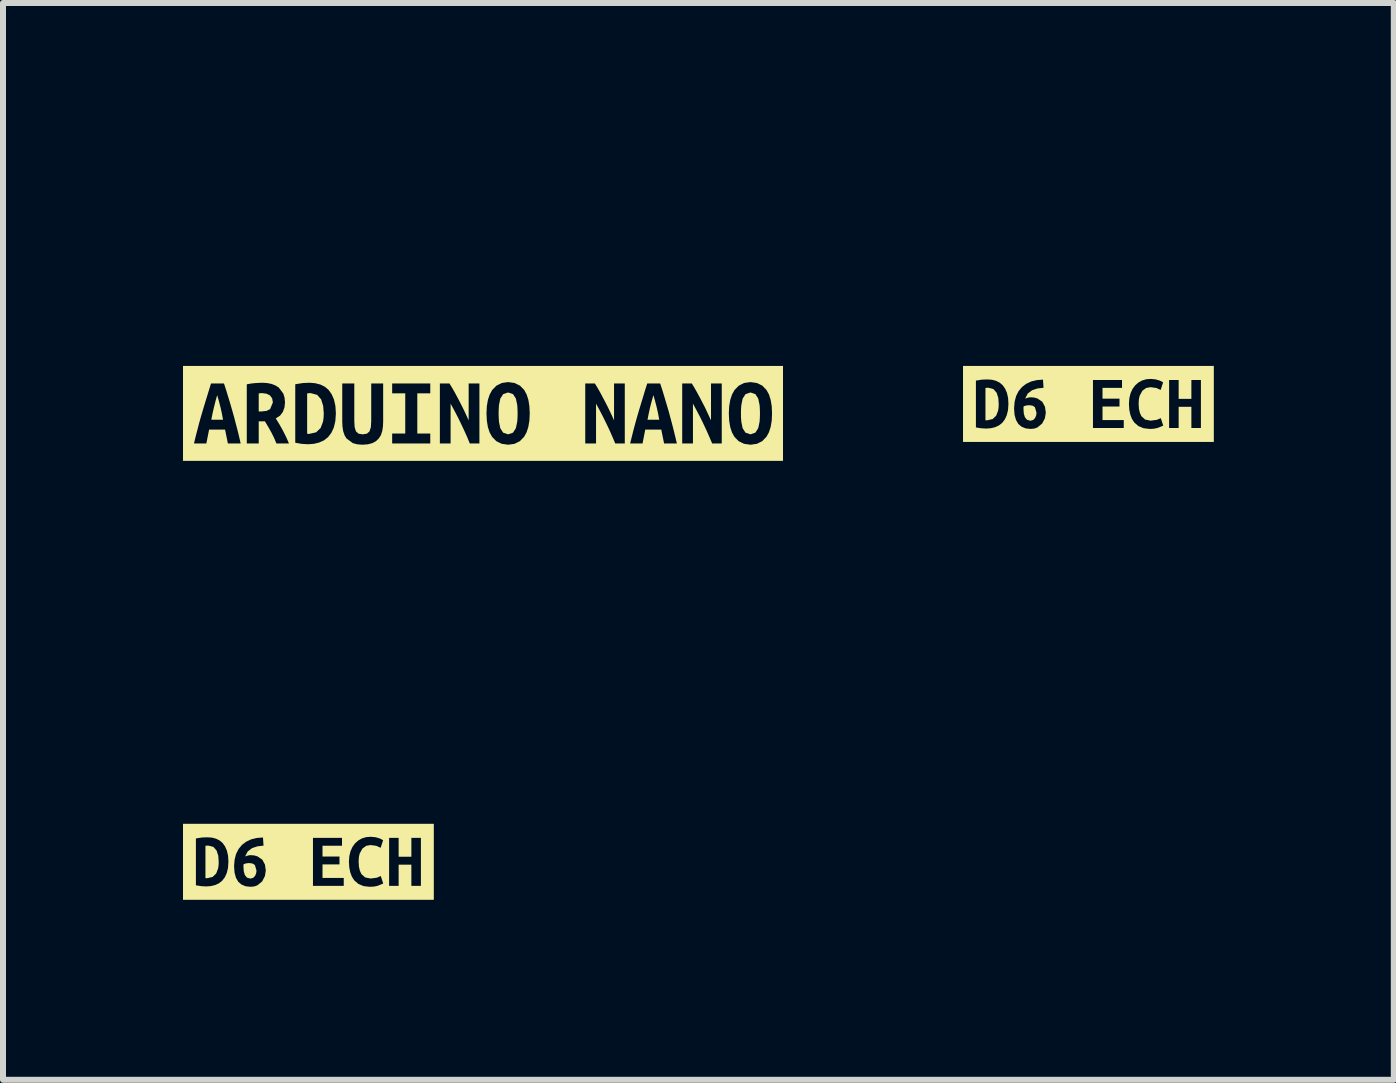
<source format=kicad_pcb>
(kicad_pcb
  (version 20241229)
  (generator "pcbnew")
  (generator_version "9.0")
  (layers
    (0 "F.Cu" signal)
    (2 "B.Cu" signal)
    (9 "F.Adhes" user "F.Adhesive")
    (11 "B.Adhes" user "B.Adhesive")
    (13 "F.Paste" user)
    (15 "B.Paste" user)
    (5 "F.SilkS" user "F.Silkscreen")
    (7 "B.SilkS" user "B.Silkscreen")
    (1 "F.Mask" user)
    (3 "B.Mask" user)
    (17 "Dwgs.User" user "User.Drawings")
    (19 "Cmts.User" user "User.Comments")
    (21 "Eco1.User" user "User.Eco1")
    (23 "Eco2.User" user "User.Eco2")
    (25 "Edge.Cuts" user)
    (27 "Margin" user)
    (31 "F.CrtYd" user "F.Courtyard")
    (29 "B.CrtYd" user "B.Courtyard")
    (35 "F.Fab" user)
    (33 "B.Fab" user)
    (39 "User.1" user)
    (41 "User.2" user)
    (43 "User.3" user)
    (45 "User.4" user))
  (footprint "kibuzzard-681CF111"
    (layer "F.Cu")
    (at 5 3.84)
    (property "Reference" "kibuzzard-681CF111" (at 0 -3.839 0) (layer "F.SilkS") (effects (font (size 0.001 0.001) (thickness 0.15))))
    (attr board_only exclude_from_pos_files exclude_from_bom)
    (fp_poly (pts (xy -4.43 -0.305) (xy -4.46 -0.198) (xy -4.485 -0.098) (xy -4.508 0.002) (xy -4.528 0.105) (xy -4.333 0.105) (xy -4.352 0.002) (xy -4.374 -0.098) (xy -4.4 -0.198) (xy -4.43 -0.305)) (stroke (width 0) (type solid)) (fill yes) (layer "F.SilkS"))
    (fp_poly (pts (xy 2.84 -0.305) (xy 2.81 -0.198) (xy 2.784 -0.098) (xy 2.762 0.002) (xy 2.742 0.105) (xy 2.937 0.105) (xy 2.918 0.002) (xy 2.896 -0.098) (xy 2.87 -0.198) (xy 2.84 -0.305)) (stroke (width 0) (type solid)) (fill yes) (layer "F.SilkS"))
    (fp_poly (pts (xy -3.502 -0.184) (xy -3.515 -0.253) (xy -3.551 -0.3) (xy -3.607 -0.328) (xy -3.679 -0.338) (xy -3.706 -0.337) (xy -3.738 -0.333) (xy -3.738 -0.032) (xy -3.695 -0.032) (xy -3.607 -0.042) (xy -3.548 -0.072) (xy -3.502 -0.184)) (stroke (width 0) (type solid)) (fill yes) (layer "F.SilkS"))
    (fp_poly (pts (xy -2.931 0.339) (xy -2.913 0.341) (xy -2.895 0.341) (xy -2.781 0.315) (xy -2.707 0.244) (xy -2.666 0.137) (xy -2.657 0.071) (xy -2.654 0) (xy -2.664 -0.126) (xy -2.698 -0.234) (xy -2.764 -0.309) (xy -2.872 -0.338) (xy -2.901 -0.337) (xy -2.931 -0.333) (xy -2.931 0.339)) (stroke (width 0) (type solid)) (fill yes) (layer "F.SilkS"))
    (fp_poly (pts (xy 0.26 0) (xy 0.262 0.07) (xy 0.266 0.137) (xy 0.288 0.247) (xy 0.336 0.321) (xy 0.418 0.349) (xy 0.5 0.321) (xy 0.548 0.246) (xy 0.571 0.136) (xy 0.575 0.07) (xy 0.577 0) (xy 0.575 -0.07) (xy 0.571 -0.137) (xy 0.548 -0.247) (xy 0.501 -0.321) (xy 0.418 -0.349) (xy 0.336 -0.321) (xy 0.288 -0.246) (xy 0.266 -0.136) (xy 0.262 -0.07) (xy 0.26 0)) (stroke (width 0) (type solid)) (fill yes) (layer "F.SilkS"))
    (fp_poly (pts (xy 4.299 0) (xy 4.3 0.07) (xy 4.305 0.137) (xy 4.327 0.247) (xy 4.375 0.321) (xy 4.457 0.349) (xy 4.539 0.321) (xy 4.587 0.246) (xy 4.61 0.136) (xy 4.614 0.07) (xy 4.616 0) (xy 4.614 -0.07) (xy 4.61 -0.137) (xy 4.587 -0.247) (xy 4.54 -0.321) (xy 4.457 -0.349) (xy 4.375 -0.321) (xy 4.327 -0.246) (xy 4.305 -0.136) (xy 4.3 -0.07) (xy 4.299 0)) (stroke (width 0) (type solid)) (fill yes) (layer "F.SilkS"))
    (fp_poly (pts (xy -5 -0.791) (xy -5 -0.791) (xy -5 0.791) (xy -5 0.791) (xy -4.252 0.791) (xy -4.252 0.501) (xy -4.299 0.27) (xy -4.565 0.27) (xy -4.611 0.501) (xy -4.817 0.501) (xy -4.789 0.385) (xy -4.76 0.273) (xy -4.732 0.165) (xy -4.703 0.061) (xy -4.674 -0.038) (xy -4.638 -0.158) (xy -4.602 -0.275) (xy -4.567 -0.389) (xy -4.533 -0.499) (xy -4.317 -0.499) (xy -4.281 -0.388) (xy -4.246 -0.273) (xy -4.21 -0.155) (xy -4.175 -0.033) (xy -4.147 0.067) (xy -4.12 0.171) (xy -4.092 0.277) (xy -4.065 0.387) (xy -4.039 0.501) (xy -4.252 0.501) (xy -4.252 0.791) (xy -3.234 0.791) (xy -3.234 0.501) (xy -3.443 0.501) (xy -3.483 0.406) (xy -3.529 0.314) (xy -3.58 0.224) (xy -3.635 0.132) (xy -3.738 0.132) (xy -3.738 0.501) (xy -3.937 0.501) (xy -3.937 -0.485) (xy -3.873 -0.497) (xy -3.803 -0.505) (xy -3.735 -0.509) (xy -3.679 -0.511) (xy -3.597 -0.506) (xy -3.523 -0.491) (xy -3.459 -0.466) (xy -3.404 -0.431) (xy -3.327 -0.329) (xy -3.307 -0.261) (xy -3.3 -0.183) (xy -3.309 -0.099) (xy -3.336 -0.024) (xy -3.383 0.038) (xy -3.454 0.084) (xy -3.396 0.177) (xy -3.336 0.284) (xy -3.28 0.395) (xy -3.234 0.501) (xy -3.234 0.791) (xy -2.916 0.791) (xy -2.916 0.514) (xy -3.02 0.508) (xy -3.129 0.489) (xy -3.129 -0.486) (xy -3.002 -0.506) (xy -2.89 -0.511) (xy -2.796 -0.503) (xy -2.71 -0.481) (xy -2.635 -0.444) (xy -2.572 -0.39) (xy -2.522 -0.319) (xy -2.484 -0.232) (xy -2.46 -0.126) (xy -2.452 0) (xy -2.461 0.129) (xy -2.487 0.237) (xy -2.528 0.325) (xy -2.583 0.396) (xy -2.65 0.449) (xy -2.729 0.485) (xy -2.818 0.507) (xy -2.916 0.514) (xy -2.916 0.791) (xy -2.008 0.791) (xy -2.008 0.522) (xy -2.097 0.515) (xy -2.17 0.495) (xy -2.275 0.418) (xy -2.308 0.363) (xy -2.33 0.297) (xy -2.342 0.222) (xy -2.346 0.139) (xy -2.346 -0.499) (xy -2.145 -0.499) (xy -2.145 0.126) (xy -2.139 0.232) (xy -2.117 0.3) (xy -2.074 0.338) (xy -2.005 0.349) (xy -1.935 0.338) (xy -1.892 0.3) (xy -1.869 0.23) (xy -1.863 0.124) (xy -1.863 -0.499) (xy -1.664 -0.499) (xy -1.664 0.139) (xy -1.668 0.222) (xy -1.68 0.297) (xy -1.702 0.363) (xy -1.737 0.418) (xy -1.784 0.463) (xy -1.843 0.495) (xy -1.918 0.515) (xy -2.008 0.522) (xy -2.008 0.791) (xy -1.514 0.791) (xy -1.514 0.501) (xy -1.514 0.336) (xy -1.296 0.336) (xy -1.296 -0.334) (xy -1.514 -0.334) (xy -1.514 -0.499) (xy -0.879 -0.499) (xy -0.879 -0.334) (xy -1.095 -0.334) (xy -1.095 0.336) (xy -0.879 0.336) (xy -0.879 0.501) (xy -1.514 0.501) (xy -1.514 0.791) (xy -0.22 0.791) (xy -0.22 0.501) (xy -0.266 0.39) (xy -0.316 0.279) (xy -0.368 0.169) (xy -0.422 0.058) (xy -0.48 -0.052) (xy -0.54 -0.163) (xy -0.54 0.501) (xy -0.719 0.501) (xy -0.719 -0.499) (xy -0.559 -0.499) (xy -0.514 -0.425) (xy -0.468 -0.345) (xy -0.424 -0.262) (xy -0.38 -0.179) (xy -0.339 -0.098) (xy -0.301 -0.019) (xy -0.268 0.053) (xy -0.239 0.116) (xy -0.239 -0.499) (xy -0.06 -0.499) (xy -0.06 0.501) (xy -0.22 0.501) (xy -0.22 0.791) (xy 0.42 0.791) (xy 0.42 0.522) (xy 0.312 0.507) (xy 0.222 0.463) (xy 0.151 0.39) (xy 0.11 0.316) (xy 0.081 0.227) (xy 0.064 0.121) (xy 0.058 0) (xy 0.064 -0.121) (xy 0.082 -0.227) (xy 0.112 -0.316) (xy 0.153 -0.39) (xy 0.225 -0.463) (xy 0.314 -0.507) (xy 0.418 -0.522) (xy 0.526 -0.507) (xy 0.616 -0.463) (xy 0.687 -0.39) (xy 0.727 -0.316) (xy 0.756 -0.227) (xy 0.773 -0.121) (xy 0.779 0) (xy 0.773 0.121) (xy 0.755 0.227) (xy 0.726 0.316) (xy 0.685 0.39) (xy 0.614 0.463) (xy 0.526 0.507) (xy 0.42 0.522) (xy 0.42 0.791) (xy 2.204 0.791) (xy 2.204 0.501) (xy 2.157 0.39) (xy 2.108 0.279) (xy 2.056 0.169) (xy 2.001 0.058) (xy 1.944 -0.052) (xy 1.884 -0.163) (xy 1.884 0.501) (xy 1.704 0.501) (xy 1.704 -0.499) (xy 1.864 -0.499) (xy 1.91 -0.425) (xy 1.955 -0.345) (xy 1.999 -0.262) (xy 2.043 -0.179) (xy 2.084 -0.098) (xy 2.122 -0.019) (xy 2.156 0.053) (xy 2.184 0.116) (xy 2.184 -0.499) (xy 2.363 -0.499) (xy 2.363 0.501) (xy 2.204 0.501) (xy 2.204 0.791) (xy 3.018 0.791) (xy 3.018 0.501) (xy 2.971 0.27) (xy 2.704 0.27) (xy 2.659 0.501) (xy 2.452 0.501) (xy 2.481 0.385) (xy 2.509 0.273) (xy 2.538 0.165) (xy 2.567 0.061) (xy 2.596 -0.038) (xy 2.632 -0.158) (xy 2.668 -0.275) (xy 2.702 -0.389) (xy 2.737 -0.499) (xy 2.953 -0.499) (xy 2.989 -0.388) (xy 3.024 -0.273) (xy 3.059 -0.155) (xy 3.095 -0.033) (xy 3.122 0.067) (xy 3.15 0.171) (xy 3.177 0.277) (xy 3.204 0.387) (xy 3.231 0.501) (xy 3.018 0.501) (xy 3.018 0.791) (xy 3.819 0.791) (xy 3.819 0.501) (xy 3.772 0.39) (xy 3.723 0.279) (xy 3.671 0.169) (xy 3.617 0.058) (xy 3.559 -0.052) (xy 3.499 -0.163) (xy 3.499 0.501) (xy 3.32 0.501) (xy 3.32 -0.499) (xy 3.48 -0.499) (xy 3.525 -0.425) (xy 3.57 -0.345) (xy 3.615 -0.262) (xy 3.658 -0.179) (xy 3.7 -0.098) (xy 3.737 -0.019) (xy 3.771 0.053) (xy 3.8 0.116) (xy 3.8 -0.499) (xy 3.979 -0.499) (xy 3.979 0.501) (xy 3.819 0.501) (xy 3.819 0.791) (xy 4.459 0.791) (xy 4.459 0.522) (xy 4.351 0.507) (xy 4.261 0.463) (xy 4.19 0.39) (xy 4.149 0.316) (xy 4.12 0.227) (xy 4.103 0.121) (xy 4.097 0) (xy 4.103 -0.121) (xy 4.121 -0.227) (xy 4.151 -0.316) (xy 4.192 -0.39) (xy 4.264 -0.463) (xy 4.352 -0.507) (xy 4.457 -0.522) (xy 4.565 -0.507) (xy 4.655 -0.463) (xy 4.725 -0.39) (xy 4.766 -0.316) (xy 4.794 -0.227) (xy 4.812 -0.121) (xy 4.817 0) (xy 4.812 0.121) (xy 4.794 0.227) (xy 4.765 0.316) (xy 4.724 0.39) (xy 4.653 0.463) (xy 4.564 0.507) (xy 4.459 0.522) (xy 4.459 0.791) (xy 5 0.791) (xy 5 0.791) (xy 5 -0.791) (xy 5 -0.791) (xy -5 -0.791)) (stroke (width 0) (type solid)) (fill yes) (layer "F.SilkS")))
  (footprint "kibuzzard-687E01B3"
    (layer "F.Cu")
    (at 15.09 3.682)
    (property "Reference" "kibuzzard-687E01B3" (at 0 -3.681 0) (layer "F.SilkS") (effects (font (size 0.001 0.001) (thickness 0.15))))
    (attr board_only exclude_from_pos_files exclude_from_bom)
    (fp_poly (pts (xy -1.716 0.271) (xy -1.701 0.273) (xy -1.687 0.273) (xy -1.596 0.252) (xy -1.537 0.195) (xy -1.504 0.109) (xy -1.497 0.057) (xy -1.495 0) (xy -1.502 -0.101) (xy -1.53 -0.187) (xy -1.583 -0.247) (xy -1.669 -0.27) (xy -1.692 -0.269) (xy -1.716 -0.266) (xy -1.716 0.271)) (stroke (width 0) (type solid)) (fill yes) (layer "F.SilkS"))
    (fp_poly (pts (xy -0.987 0.021) (xy -1.037 0.026) (xy -1.08 0.04) (xy -1.082 0.063) (xy -1.082 0.088) (xy -1.077 0.16) (xy -1.059 0.221) (xy -1.024 0.264) (xy -0.967 0.28) (xy -0.921 0.268) (xy -0.889 0.235) (xy -0.871 0.193) (xy -0.865 0.147) (xy -0.892 0.054) (xy -0.93 0.029) (xy -0.987 0.021)) (stroke (width 0) (type solid)) (fill yes) (layer "F.SilkS"))
    (fp_poly (pts (xy -1.875 -0.633) (xy -2.09 -0.633) (xy -2.09 0.633) (xy -1.875 0.633) (xy -1.704 0.633) (xy -1.704 0.411) (xy -1.787 0.406) (xy -1.875 0.392) (xy -1.875 -0.389) (xy -1.773 -0.405) (xy -1.683 -0.408) (xy -1.608 -0.403) (xy -1.539 -0.385) (xy -1.479 -0.355) (xy -1.429 -0.312) (xy -1.389 -0.256) (xy -1.358 -0.185) (xy -1.339 -0.101) (xy -1.333 0) (xy -1.34 0.103) (xy -1.361 0.189) (xy -1.394 0.26) (xy -1.438 0.317) (xy -1.492 0.359) (xy -1.555 0.388) (xy -1.626 0.405) (xy -1.704 0.411) (xy -1.704 0.633) (xy -0.963 0.633) (xy -0.963 0.417) (xy -1.046 0.408) (xy -1.114 0.38) (xy -1.168 0.334) (xy -1.207 0.268) (xy -1.231 0.181) (xy -1.239 0.074) (xy -1.23 -0.036) (xy -1.205 -0.132) (xy -1.163 -0.214) (xy -1.107 -0.282) (xy -1.037 -0.335) (xy -0.954 -0.374) (xy -0.86 -0.397) (xy -0.757 -0.405) (xy -0.748 -0.269) (xy -0.848 -0.258) (xy -0.939 -0.228) (xy -1.011 -0.173) (xy -1.055 -0.089) (xy -1.007 -0.105) (xy -0.966 -0.111) (xy -0.902 -0.106) (xy -0.848 -0.09) (xy -0.768 -0.035) (xy -0.724 0.047) (xy -0.71 0.145) (xy -0.725 0.239) (xy -0.771 0.327) (xy -0.85 0.392) (xy -0.902 0.411) (xy -0.963 0.417) (xy -0.963 0.633) (xy 0.076 0.633) (xy 0.076 0.401) (xy 0.076 -0.399) (xy 0.56 -0.399) (xy 0.56 -0.268) (xy 0.235 -0.268) (xy 0.235 -0.088) (xy 0.518 -0.088) (xy 0.518 0.044) (xy 0.235 0.044) (xy 0.235 0.269) (xy 0.589 0.269) (xy 0.589 0.401) (xy 0.076 0.401) (xy 0.076 0.633) (xy 1.023 0.633) (xy 1.023 0.417) (xy 0.919 0.405) (xy 0.833 0.369) (xy 0.764 0.309) (xy 0.725 0.249) (xy 0.698 0.177) (xy 0.681 0.094) (xy 0.675 0) (xy 0.682 -0.094) (xy 0.702 -0.177) (xy 0.735 -0.249) (xy 0.778 -0.308) (xy 0.831 -0.355) (xy 0.893 -0.39) (xy 0.963 -0.411) (xy 1.038 -0.417) (xy 1.115 -0.41) (xy 1.175 -0.394) (xy 1.219 -0.375) (xy 1.245 -0.359) (xy 1.204 -0.233) (xy 1.132 -0.266) (xy 1.036 -0.279) (xy 0.963 -0.266) (xy 0.9 -0.22) (xy 0.854 -0.136) (xy 0.841 -0.076) (xy 0.837 -0.004) (xy 0.842 0.08) (xy 0.858 0.15) (xy 0.884 0.206) (xy 0.946 0.261) (xy 1.038 0.279) (xy 1.141 0.265) (xy 1.206 0.237) (xy 1.247 0.362) (xy 1.155 0.4) (xy 1.094 0.413) (xy 1.023 0.417) (xy 1.023 0.633) (xy 1.875 0.633) (xy 1.875 0.401) (xy 1.716 0.401) (xy 1.716 0.048) (xy 1.504 0.048) (xy 1.504 0.401) (xy 1.345 0.401) (xy 1.345 -0.399) (xy 1.504 -0.399) (xy 1.504 -0.084) (xy 1.716 -0.084) (xy 1.716 -0.399) (xy 1.875 -0.399) (xy 1.875 0.401) (xy 1.875 0.633) (xy 2.09 0.633) (xy 2.09 -0.633) (xy 1.875 -0.633) (xy -1.875 -0.633)) (stroke (width 0) (type solid)) (fill yes) (layer "F.SilkS")))
  (footprint "kibuzzard-687E01EA"
    (layer "F.Cu")
    (at 2.09 11.313)
    (property "Reference" "kibuzzard-687E01EA" (at 0 -3.681 0) (layer "F.SilkS") (effects (font (size 0.001 0.001) (thickness 0.15))))
    (attr board_only exclude_from_pos_files exclude_from_bom)
    (fp_poly (pts (xy -1.716 0.271) (xy -1.701 0.273) (xy -1.687 0.273) (xy -1.596 0.252) (xy -1.537 0.195) (xy -1.504 0.109) (xy -1.497 0.057) (xy -1.495 0) (xy -1.502 -0.101) (xy -1.53 -0.187) (xy -1.583 -0.247) (xy -1.669 -0.27) (xy -1.692 -0.269) (xy -1.716 -0.266) (xy -1.716 0.271)) (stroke (width 0) (type solid)) (fill yes) (layer "F.SilkS"))
    (fp_poly (pts (xy -0.987 0.021) (xy -1.037 0.026) (xy -1.08 0.04) (xy -1.082 0.063) (xy -1.082 0.088) (xy -1.077 0.16) (xy -1.059 0.221) (xy -1.024 0.264) (xy -0.967 0.28) (xy -0.921 0.268) (xy -0.889 0.235) (xy -0.871 0.193) (xy -0.865 0.147) (xy -0.892 0.054) (xy -0.93 0.029) (xy -0.987 0.021)) (stroke (width 0) (type solid)) (fill yes) (layer "F.SilkS"))
    (fp_poly (pts (xy -1.875 -0.633) (xy -2.09 -0.633) (xy -2.09 0.633) (xy -1.875 0.633) (xy -1.704 0.633) (xy -1.704 0.411) (xy -1.787 0.406) (xy -1.875 0.392) (xy -1.875 -0.389) (xy -1.773 -0.405) (xy -1.683 -0.408) (xy -1.608 -0.403) (xy -1.539 -0.385) (xy -1.479 -0.355) (xy -1.429 -0.312) (xy -1.389 -0.256) (xy -1.358 -0.185) (xy -1.339 -0.101) (xy -1.333 0) (xy -1.34 0.103) (xy -1.361 0.189) (xy -1.394 0.26) (xy -1.438 0.317) (xy -1.492 0.359) (xy -1.555 0.388) (xy -1.626 0.405) (xy -1.704 0.411) (xy -1.704 0.633) (xy -0.963 0.633) (xy -0.963 0.417) (xy -1.046 0.408) (xy -1.114 0.38) (xy -1.168 0.334) (xy -1.207 0.268) (xy -1.231 0.181) (xy -1.239 0.074) (xy -1.23 -0.036) (xy -1.205 -0.132) (xy -1.163 -0.214) (xy -1.107 -0.282) (xy -1.037 -0.335) (xy -0.954 -0.374) (xy -0.86 -0.397) (xy -0.757 -0.405) (xy -0.748 -0.269) (xy -0.848 -0.258) (xy -0.939 -0.228) (xy -1.011 -0.173) (xy -1.055 -0.089) (xy -1.007 -0.105) (xy -0.966 -0.111) (xy -0.902 -0.106) (xy -0.848 -0.09) (xy -0.768 -0.035) (xy -0.724 0.047) (xy -0.71 0.145) (xy -0.725 0.239) (xy -0.771 0.327) (xy -0.85 0.392) (xy -0.902 0.411) (xy -0.963 0.417) (xy -0.963 0.633) (xy 0.076 0.633) (xy 0.076 0.401) (xy 0.076 -0.399) (xy 0.56 -0.399) (xy 0.56 -0.268) (xy 0.235 -0.268) (xy 0.235 -0.088) (xy 0.518 -0.088) (xy 0.518 0.044) (xy 0.235 0.044) (xy 0.235 0.269) (xy 0.589 0.269) (xy 0.589 0.401) (xy 0.076 0.401) (xy 0.076 0.633) (xy 1.023 0.633) (xy 1.023 0.417) (xy 0.919 0.405) (xy 0.833 0.369) (xy 0.764 0.309) (xy 0.725 0.249) (xy 0.698 0.177) (xy 0.681 0.094) (xy 0.675 0) (xy 0.682 -0.094) (xy 0.702 -0.177) (xy 0.735 -0.249) (xy 0.778 -0.308) (xy 0.831 -0.355) (xy 0.893 -0.39) (xy 0.963 -0.411) (xy 1.038 -0.417) (xy 1.115 -0.41) (xy 1.175 -0.394) (xy 1.219 -0.375) (xy 1.245 -0.359) (xy 1.204 -0.233) (xy 1.132 -0.266) (xy 1.036 -0.279) (xy 0.963 -0.266) (xy 0.9 -0.22) (xy 0.854 -0.136) (xy 0.841 -0.076) (xy 0.837 -0.004) (xy 0.842 0.08) (xy 0.858 0.15) (xy 0.884 0.206) (xy 0.946 0.261) (xy 1.038 0.279) (xy 1.141 0.265) (xy 1.206 0.237) (xy 1.247 0.362) (xy 1.155 0.4) (xy 1.094 0.413) (xy 1.023 0.417) (xy 1.023 0.633) (xy 1.875 0.633) (xy 1.875 0.401) (xy 1.716 0.401) (xy 1.716 0.048) (xy 1.504 0.048) (xy 1.504 0.401) (xy 1.345 0.401) (xy 1.345 -0.399) (xy 1.504 -0.399) (xy 1.504 -0.084) (xy 1.716 -0.084) (xy 1.716 -0.399) (xy 1.875 -0.399) (xy 1.875 0.401) (xy 1.875 0.633) (xy 2.09 0.633) (xy 2.09 -0.633) (xy 1.875 -0.633) (xy -1.875 -0.633)) (stroke (width 0) (type solid)) (fill yes) (layer "F.SilkS")))
  (gr_rect
    (start -3 -3)
    (end 20.18 14.946)
    (stroke (width 0.1) (type default))
    (fill no)
    (layer "Edge.Cuts")))
</source>
